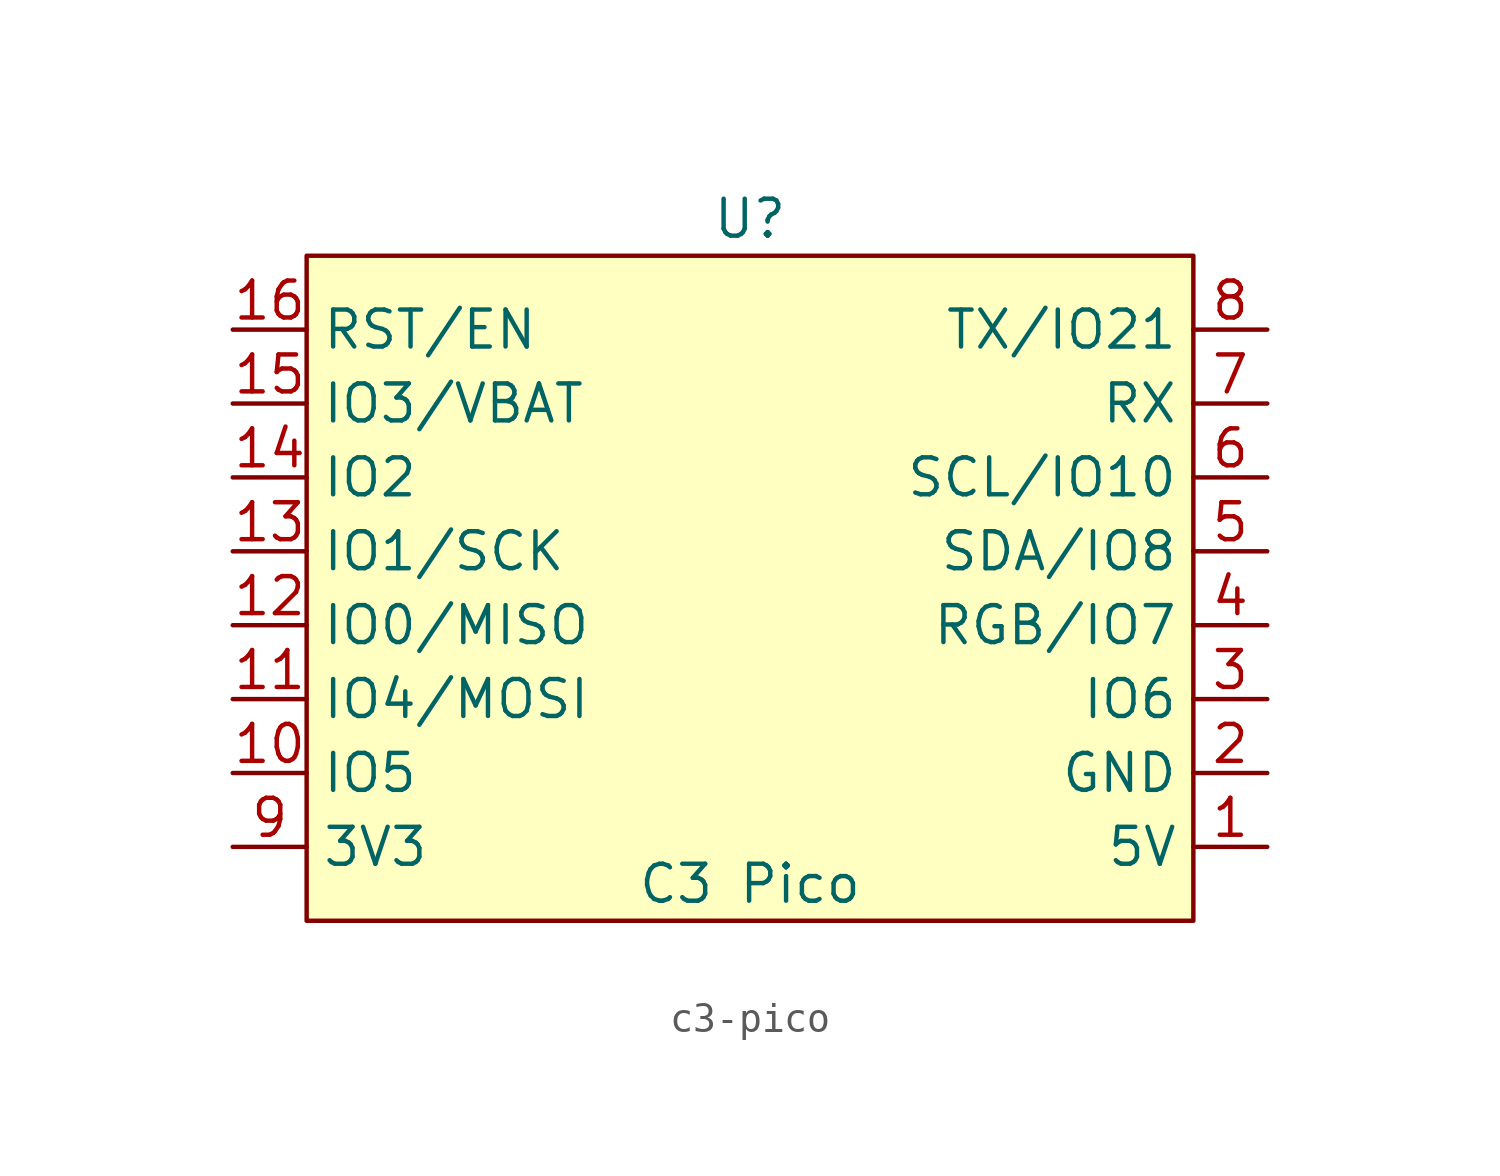
<source format=kicad_sym>
(kicad_symbol_lib
  (version 20220914)
  (generator kicad_symbol_editor)
  (symbol "c3-pico"
    (property "Reference" "U"
      (at 0 12.7 0)
      (effects (font (size 1.27 1.27))))
    (property "Value" "C3 Pico"
      (at 0 -10.16 0)
      (effects (font (size 1.27 1.27))))
    (symbol "c3-pico_1_1"
      (rectangle (start -15.24 11.43) (end 15.24 -11.43) (stroke (width 0) (type default)) (fill (type background)))
      (pin power_in line (at 17.78 -8.89 180) (length 2.54) (name "5V" (effects (font (size 1.27 1.27)))) (number "1" (effects (font (size 1.27 1.27)))))
      (pin bidirectional line (at -17.78 -6.35 0) (length 2.54) (name "IO5" (effects (font (size 1.27 1.27)))) (number "10" (effects (font (size 1.27 1.27)))))
      (pin bidirectional line (at -17.78 -3.81 0) (length 2.54) (name "IO4/MOSI" (effects (font (size 1.27 1.27)))) (number "11" (effects (font (size 1.27 1.27)))))
      (pin bidirectional line (at -17.78 -1.27 0) (length 2.54) (name "IO0/MISO" (effects (font (size 1.27 1.27)))) (number "12" (effects (font (size 1.27 1.27)))))
      (pin bidirectional line (at -17.78 1.27 0) (length 2.54) (name "IO1/SCK" (effects (font (size 1.27 1.27)))) (number "13" (effects (font (size 1.27 1.27)))))
      (pin bidirectional line (at -17.78 3.81 0) (length 2.54) (name "IO2" (effects (font (size 1.27 1.27)))) (number "14" (effects (font (size 1.27 1.27)))))
      (pin bidirectional line (at -17.78 6.35 0) (length 2.54) (name "IO3/VBAT" (effects (font (size 1.27 1.27)))) (number "15" (effects (font (size 1.27 1.27)))))
      (pin input line (at -17.78 8.89 0) (length 2.54) (name "RST/EN" (effects (font (size 1.27 1.27)))) (number "16" (effects (font (size 1.27 1.27)))))
      (pin power_in line (at 17.78 -6.35 180) (length 2.54) (name "GND" (effects (font (size 1.27 1.27)))) (number "2" (effects (font (size 1.27 1.27)))))
      (pin bidirectional line (at 17.78 -3.81 180) (length 2.54) (name "IO6" (effects (font (size 1.27 1.27)))) (number "3" (effects (font (size 1.27 1.27)))))
      (pin bidirectional line (at 17.78 -1.27 180) (length 2.54) (name "RGB/IO7" (effects (font (size 1.27 1.27)))) (number "4" (effects (font (size 1.27 1.27)))))
      (pin bidirectional line (at 17.78 1.27 180) (length 2.54) (name "SDA/IO8" (effects (font (size 1.27 1.27)))) (number "5" (effects (font (size 1.27 1.27)))))
      (pin input line (at 17.78 3.81 180) (length 2.54) (name "SCL/IO10" (effects (font (size 1.27 1.27)))) (number "6" (effects (font (size 1.27 1.27)))))
      (pin input line (at 17.78 6.35 180) (length 2.54) (name "RX" (effects (font (size 1.27 1.27)))) (number "7" (effects (font (size 1.27 1.27)))))
      (pin output line (at 17.78 8.89 180) (length 2.54) (name "TX/IO21" (effects (font (size 1.27 1.27)))) (number "8" (effects (font (size 1.27 1.27)))))
      (pin power_in line (at -17.78 -8.89 0) (length 2.54) (name "3V3" (effects (font (size 1.27 1.27)))) (number "9" (effects (font (size 1.27 1.27))))))))
</source>
